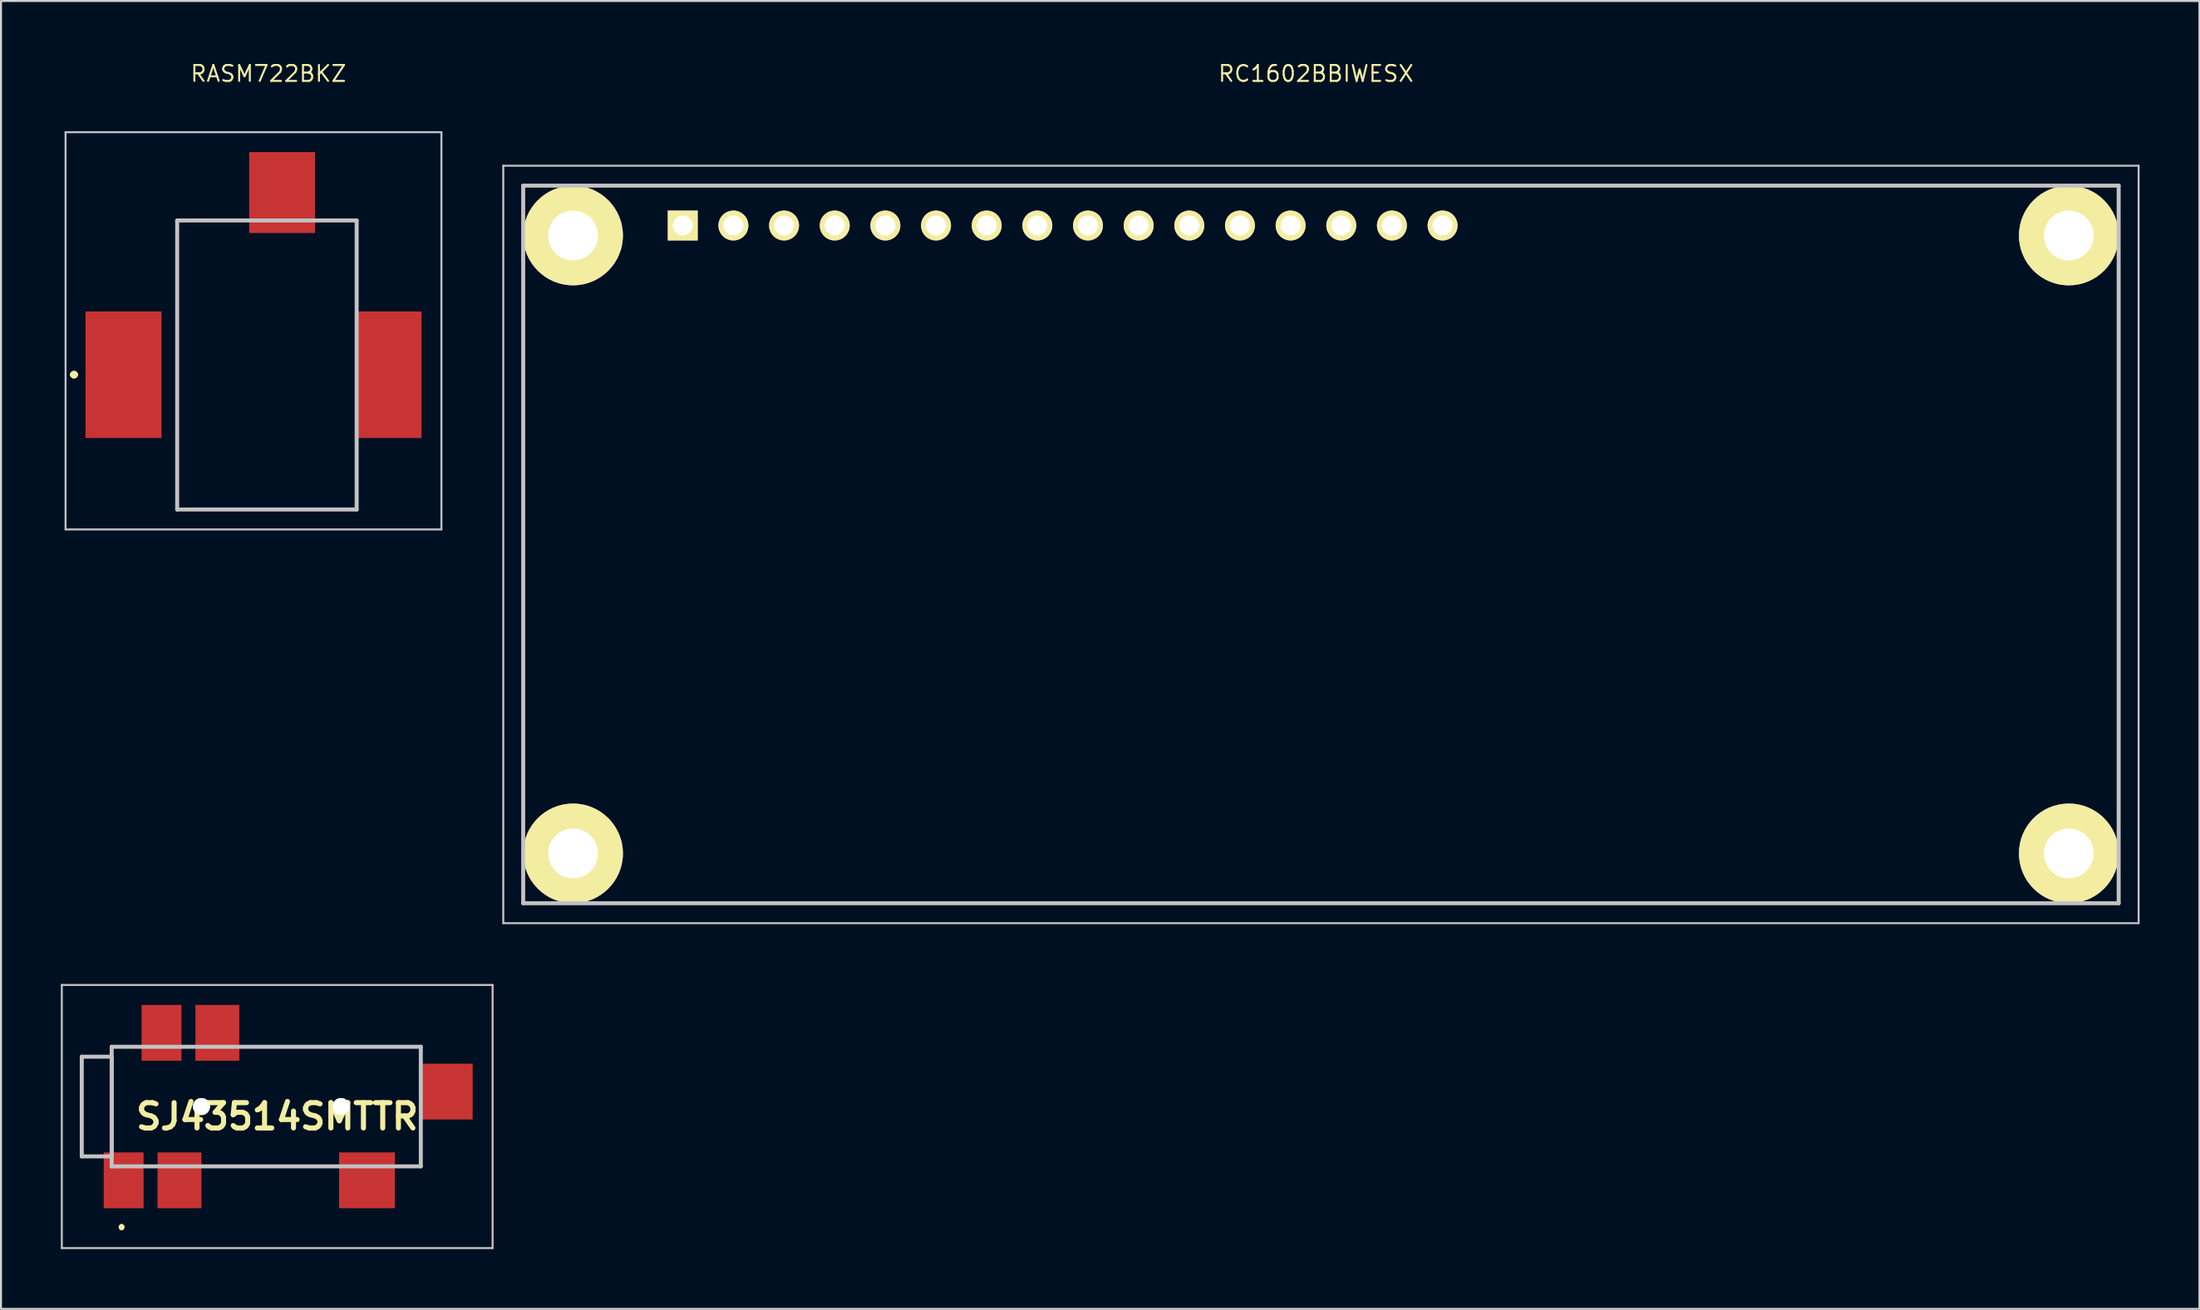
<source format=kicad_pcb>
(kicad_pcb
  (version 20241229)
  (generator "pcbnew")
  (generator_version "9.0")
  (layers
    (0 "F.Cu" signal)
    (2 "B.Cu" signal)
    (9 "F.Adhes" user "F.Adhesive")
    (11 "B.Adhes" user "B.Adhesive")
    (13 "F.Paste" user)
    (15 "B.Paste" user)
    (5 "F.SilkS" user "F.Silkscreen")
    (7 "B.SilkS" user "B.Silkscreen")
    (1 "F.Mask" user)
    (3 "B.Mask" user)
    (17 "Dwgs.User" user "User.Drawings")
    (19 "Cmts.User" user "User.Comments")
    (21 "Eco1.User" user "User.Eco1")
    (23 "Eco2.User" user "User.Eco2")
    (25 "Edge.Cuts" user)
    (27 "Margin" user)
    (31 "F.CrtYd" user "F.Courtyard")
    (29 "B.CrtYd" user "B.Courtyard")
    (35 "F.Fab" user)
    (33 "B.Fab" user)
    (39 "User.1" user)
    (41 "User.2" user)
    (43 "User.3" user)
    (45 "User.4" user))
  (footprint "RC1602BBIWESX"
    (layer "F.Cu")
    (at 31.184 8.264)
    (property "Reference" "RC1602BBIWESX" (at 31.75 -7.62 0) (layer "F.SilkS") (effects (font (size 0.8 0.8) (thickness 0.1))))
    (attr through_hole)
    (fp_line (start -8 3) (end -8 29) (stroke (width 0.1) (type solid)) (layer "F.SilkS"))
    (fp_line (start -3 34) (end 67 34) (stroke (width 0.1) (type solid)) (layer "F.SilkS"))
    (fp_line (start 67 -2) (end -3 -2) (stroke (width 0.1) (type solid)) (layer "F.SilkS"))
    (fp_line (start 72 29) (end 72 3) (stroke (width 0.1) (type solid)) (layer "F.SilkS"))
    (fp_line (start -9 -3) (end 73 -3) (stroke (width 0.1) (type solid)) (layer "Dwgs.User"))
    (fp_line (start -9 35) (end -9 -3) (stroke (width 0.1) (type solid)) (layer "Dwgs.User"))
    (fp_line (start -8 -2) (end 72 -2) (stroke (width 0.2) (type solid)) (layer "Dwgs.User"))
    (fp_line (start -8 34) (end -8 -2) (stroke (width 0.2) (type solid)) (layer "Dwgs.User"))
    (fp_line (start 72 -2) (end 72 34) (stroke (width 0.2) (type solid)) (layer "Dwgs.User"))
    (fp_line (start 72 34) (end -8 34) (stroke (width 0.2) (type solid)) (layer "Dwgs.User"))
    (fp_line (start 73 -3) (end 73 35) (stroke (width 0.1) (type solid)) (layer "Dwgs.User"))
    (fp_line (start 73 35) (end -9 35) (stroke (width 0.1) (type solid)) (layer "Dwgs.User"))
    (pad "1" thru_hole rect (at 0 0 90) (size 1.5 1.5) (drill 1) (layers "*.Cu" "*.Mask" "F.SilkS"))
    (pad "2" thru_hole circle (at 2.54 0 90) (size 1.5 1.5) (drill 1) (layers "*.Cu" "*.Mask" "F.SilkS"))
    (pad "3" thru_hole circle (at 5.08 0 90) (size 1.5 1.5) (drill 1) (layers "*.Cu" "*.Mask" "F.SilkS"))
    (pad "4" thru_hole circle (at 7.62 0 90) (size 1.5 1.5) (drill 1) (layers "*.Cu" "*.Mask" "F.SilkS"))
    (pad "5" thru_hole circle (at 10.16 0 90) (size 1.5 1.5) (drill 1) (layers "*.Cu" "*.Mask" "F.SilkS"))
    (pad "6" thru_hole circle (at 12.7 0 90) (size 1.5 1.5) (drill 1) (layers "*.Cu" "*.Mask" "F.SilkS"))
    (pad "7" thru_hole circle (at 15.24 0 90) (size 1.5 1.5) (drill 1) (layers "*.Cu" "*.Mask" "F.SilkS"))
    (pad "8" thru_hole circle (at 17.78 0 90) (size 1.5 1.5) (drill 1) (layers "*.Cu" "*.Mask" "F.SilkS"))
    (pad "9" thru_hole circle (at 20.32 0 90) (size 1.5 1.5) (drill 1) (layers "*.Cu" "*.Mask" "F.SilkS"))
    (pad "10" thru_hole circle (at 22.86 0 90) (size 1.5 1.5) (drill 1) (layers "*.Cu" "*.Mask" "F.SilkS"))
    (pad "11" thru_hole circle (at 25.4 0 90) (size 1.5 1.5) (drill 1) (layers "*.Cu" "*.Mask" "F.SilkS"))
    (pad "12" thru_hole circle (at 27.94 0 90) (size 1.5 1.5) (drill 1) (layers "*.Cu" "*.Mask" "F.SilkS"))
    (pad "13" thru_hole circle (at 30.48 0 90) (size 1.5 1.5) (drill 1) (layers "*.Cu" "*.Mask" "F.SilkS"))
    (pad "14" thru_hole circle (at 33.02 0 90) (size 1.5 1.5) (drill 1) (layers "*.Cu" "*.Mask" "F.SilkS"))
    (pad "15" thru_hole circle (at 35.56 0 90) (size 1.5 1.5) (drill 1) (layers "*.Cu" "*.Mask" "F.SilkS"))
    (pad "16" thru_hole circle (at 38.1 0 90) (size 1.5 1.5) (drill 1) (layers "*.Cu" "*.Mask" "F.SilkS"))
    (pad "MH1" thru_hole circle (at -5.5 0.5 90) (size 5 5) (drill 2.5) (layers "*.Cu" "*.Mask" "F.SilkS"))
    (pad "MH2" thru_hole circle (at 69.5 0.5 90) (size 5 5) (drill 2.5) (layers "*.Cu" "*.Mask" "F.SilkS"))
    (pad "MH3" thru_hole circle (at 69.5 31.5 90) (size 5 5) (drill 2.5) (layers "*.Cu" "*.Mask" "F.SilkS"))
    (pad "MH4" thru_hole circle (at -5.5 31.5 90) (size 5 5) (drill 2.5) (layers "*.Cu" "*.Mask" "F.SilkS")))
  (footprint "RASM722BKZ"
    (layer "F.Cu")
    (at 0.25 23.503)
    (property "Reference" "RASM722BKZ" (at 10.16 -22.86 0) (layer "F.SilkS") (effects (font (size 0.8 0.8) (thickness 0.1))))
    (attr smd)
    (fp_line (start 0.311 -7.757) (end 0.311 -7.757) (stroke (width 0.2) (type solid)) (layer "F.SilkS"))
    (fp_line (start 0.511 -7.757) (end 0.511 -7.757) (stroke (width 0.2) (type solid)) (layer "F.SilkS"))
    (fp_line (start 5.584 -15.492) (end 8.084 -15.492) (stroke (width 0.1) (type solid)) (layer "F.SilkS"))
    (fp_line (start 5.584 -0.992) (end 5.584 -15.492) (stroke (width 0.1) (type solid)) (layer "F.SilkS"))
    (fp_line (start 13.084 -15.492) (end 14.584 -15.492) (stroke (width 0.1) (type solid)) (layer "F.SilkS"))
    (fp_line (start 14.584 -15.492) (end 14.584 -11.492) (stroke (width 0.1) (type solid)) (layer "F.SilkS"))
    (fp_line (start 14.584 -3.492) (end 14.584 -0.992) (stroke (width 0.1) (type solid)) (layer "F.SilkS"))
    (fp_line (start 14.584 -0.992) (end 5.584 -0.992) (stroke (width 0.1) (type solid)) (layer "F.SilkS"))
    (fp_arc (start 0.3107 -7.7568) (mid 0.4107 -7.8568) (end 0.5107 -7.7568) (stroke (width 0.2) (type solid)) (layer "F.SilkS"))
    (fp_arc (start 0.5107 -7.7568) (mid 0.4107 -7.6568) (end 0.3107 -7.7568) (stroke (width 0.2) (type solid)) (layer "F.SilkS"))
    (fp_line (start -0.012 -19.922) (end 18.834 -19.922) (stroke (width 0.1) (type solid)) (layer "Dwgs.User"))
    (fp_line (start -0.012 0.008) (end -0.012 -19.922) (stroke (width 0.1) (type solid)) (layer "Dwgs.User"))
    (fp_line (start 5.584 -15.492) (end 14.584 -15.492) (stroke (width 0.2) (type solid)) (layer "Dwgs.User"))
    (fp_line (start 5.584 -0.992) (end 5.584 -15.492) (stroke (width 0.2) (type solid)) (layer "Dwgs.User"))
    (fp_line (start 14.584 -15.492) (end 14.584 -0.992) (stroke (width 0.2) (type solid)) (layer "Dwgs.User"))
    (fp_line (start 14.584 -0.992) (end 5.584 -0.992) (stroke (width 0.2) (type solid)) (layer "Dwgs.User"))
    (fp_line (start 18.834 -19.922) (end 18.834 0.008) (stroke (width 0.1) (type solid)) (layer "Dwgs.User"))
    (fp_line (start 18.834 0.008) (end -0.012 0.008) (stroke (width 0.1) (type solid)) (layer "Dwgs.User"))
    (pad "1" smd rect (at 2.893 -7.752) (size 3.81 6.35) (layers "F.Cu" "F.Mask" "F.Paste"))
    (pad "2" smd rect (at 16.184 -7.752) (size 3.3 6.35) (layers "F.Cu" "F.Mask" "F.Paste"))
    (pad "3" smd rect (at 10.844 -16.892) (size 3.3 4.06) (layers "F.Cu" "F.Mask" "F.Paste")))
  (footprint "SJ43514SMTTR"
    (layer "F.Cu")
    (at 10.3 52.464)
    (property "Reference" "SJ43514SMTTR" (at 0.55 0.5 0) (layer "F.SilkS") (effects (font (size 1.27 1.27) (thickness 0.254))))
    (attr through_hole)
    (fp_line (start -9.25 -2.5) (end -9.25 -2.5) (stroke (width 0.1) (type solid)) (layer "F.SilkS"))
    (fp_line (start -9.25 -2.5) (end -9.25 -2.5) (stroke (width 0.1) (type solid)) (layer "F.SilkS"))
    (fp_line (start -9.25 -2.5) (end -9.25 2.5) (stroke (width 0.1) (type solid)) (layer "F.SilkS"))
    (fp_line (start -9.25 -2.5) (end -7.75 -2.5) (stroke (width 0.1) (type solid)) (layer "F.SilkS"))
    (fp_line (start -9.25 2.5) (end -9.25 -2.5) (stroke (width 0.1) (type solid)) (layer "F.SilkS"))
    (fp_line (start -9.25 2.5) (end -9.25 2.5) (stroke (width 0.1) (type solid)) (layer "F.SilkS"))
    (fp_line (start -9.25 2.5) (end -9.25 2.5) (stroke (width 0.1) (type solid)) (layer "F.SilkS"))
    (fp_line (start -9.25 2.5) (end -8.75 2.5) (stroke (width 0.1) (type solid)) (layer "F.SilkS"))
    (fp_line (start -8.75 2.5) (end -9.25 2.5) (stroke (width 0.1) (type solid)) (layer "F.SilkS"))
    (fp_line (start -8.75 2.5) (end -8.75 2.5) (stroke (width 0.1) (type solid)) (layer "F.SilkS"))
    (fp_line (start -7.75 -3) (end -7.75 -3) (stroke (width 0.1) (type solid)) (layer "F.SilkS"))
    (fp_line (start -7.75 -3) (end -7.75 -3) (stroke (width 0.1) (type solid)) (layer "F.SilkS"))
    (fp_line (start -7.75 -3) (end -7.75 1.75) (stroke (width 0.1) (type solid)) (layer "F.SilkS"))
    (fp_line (start -7.75 -3) (end -7 -3) (stroke (width 0.1) (type solid)) (layer "F.SilkS"))
    (fp_line (start -7.75 -2.5) (end -9.25 -2.5) (stroke (width 0.1) (type solid)) (layer "F.SilkS"))
    (fp_line (start -7.75 -2.5) (end -7.75 -2.5) (stroke (width 0.1) (type solid)) (layer "F.SilkS"))
    (fp_line (start -7.75 1.75) (end -7.75 -3) (stroke (width 0.1) (type solid)) (layer "F.SilkS"))
    (fp_line (start -7.75 1.75) (end -7.75 1.75) (stroke (width 0.1) (type solid)) (layer "F.SilkS"))
    (fp_line (start -7.25 6) (end -7.25 6) (stroke (width 0.2) (type solid)) (layer "F.SilkS"))
    (fp_line (start -7.25 6) (end -7.25 6) (stroke (width 0.2) (type solid)) (layer "F.SilkS"))
    (fp_line (start -7.25 6.1) (end -7.25 6.1) (stroke (width 0.2) (type solid)) (layer "F.SilkS"))
    (fp_line (start -7 -3) (end -7.75 -3) (stroke (width 0.1) (type solid)) (layer "F.SilkS"))
    (fp_line (start -7 -3) (end -7 -3) (stroke (width 0.1) (type solid)) (layer "F.SilkS"))
    (fp_line (start -2.75 3) (end -2.75 3) (stroke (width 0.1) (type solid)) (layer "F.SilkS"))
    (fp_line (start -2.75 3) (end 3 3) (stroke (width 0.1) (type solid)) (layer "F.SilkS"))
    (fp_line (start -0.75 -3) (end -0.75 -3) (stroke (width 0.1) (type solid)) (layer "F.SilkS"))
    (fp_line (start -0.75 -3) (end 7.75 -3) (stroke (width 0.1) (type solid)) (layer "F.SilkS"))
    (fp_line (start 3 3) (end -2.75 3) (stroke (width 0.1) (type solid)) (layer "F.SilkS"))
    (fp_line (start 3 3) (end 3 3) (stroke (width 0.1) (type solid)) (layer "F.SilkS"))
    (fp_line (start 7 3) (end 7 3) (stroke (width 0.1) (type solid)) (layer "F.SilkS"))
    (fp_line (start 7 3) (end 7.75 3) (stroke (width 0.1) (type solid)) (layer "F.SilkS"))
    (fp_line (start 7.75 -3) (end -0.75 -3) (stroke (width 0.1) (type solid)) (layer "F.SilkS"))
    (fp_line (start 7.75 -3) (end 7.75 -3) (stroke (width 0.1) (type solid)) (layer "F.SilkS"))
    (fp_line (start 7.75 -3) (end 7.75 -3) (stroke (width 0.1) (type solid)) (layer "F.SilkS"))
    (fp_line (start 7.75 -3) (end 7.75 -2.75) (stroke (width 0.1) (type solid)) (layer "F.SilkS"))
    (fp_line (start 7.75 -2.75) (end 7.75 -3) (stroke (width 0.1) (type solid)) (layer "F.SilkS"))
    (fp_line (start 7.75 -2.75) (end 7.75 -2.75) (stroke (width 0.1) (type solid)) (layer "F.SilkS"))
    (fp_line (start 7.75 1.25) (end 7.75 1.25) (stroke (width 0.1) (type solid)) (layer "F.SilkS"))
    (fp_line (start 7.75 1.25) (end 7.75 3) (stroke (width 0.1) (type solid)) (layer "F.SilkS"))
    (fp_line (start 7.75 3) (end 7 3) (stroke (width 0.1) (type solid)) (layer "F.SilkS"))
    (fp_line (start 7.75 3) (end 7.75 1.25) (stroke (width 0.1) (type solid)) (layer "F.SilkS"))
    (fp_line (start 7.75 3) (end 7.75 3) (stroke (width 0.1) (type solid)) (layer "F.SilkS"))
    (fp_line (start 7.75 3) (end 7.75 3) (stroke (width 0.1) (type solid)) (layer "F.SilkS"))
    (fp_arc (start -7.25 6) (mid -7.2 6.05) (end -7.25 6.1) (stroke (width 0.2) (type solid)) (layer "F.SilkS"))
    (fp_arc (start -7.25 6.1) (mid -7.3 6.05) (end -7.25 6) (stroke (width 0.2) (type solid)) (layer "F.SilkS"))
    (fp_arc (start -7.25 6.1) (mid -7.3 6.05) (end -7.25 6) (stroke (width 0.2) (type solid)) (layer "F.SilkS"))
    (fp_line (start -10.25 -6.1) (end 11.35 -6.1) (stroke (width 0.1) (type solid)) (layer "Dwgs.User"))
    (fp_line (start -10.25 7.1) (end -10.25 -6.1) (stroke (width 0.1) (type solid)) (layer "Dwgs.User"))
    (fp_line (start -9.25 -2.5) (end -7.75 -2.5) (stroke (width 0.2) (type solid)) (layer "Dwgs.User"))
    (fp_line (start -9.25 2.5) (end -9.25 -2.5) (stroke (width 0.2) (type solid)) (layer "Dwgs.User"))
    (fp_line (start -7.75 -3) (end -7.75 3) (stroke (width 0.2) (type solid)) (layer "Dwgs.User"))
    (fp_line (start -7.75 -2.5) (end -7.75 2.5) (stroke (width 0.2) (type solid)) (layer "Dwgs.User"))
    (fp_line (start -7.75 2.5) (end -9.25 2.5) (stroke (width 0.2) (type solid)) (layer "Dwgs.User"))
    (fp_line (start -7.75 3) (end 7.75 3) (stroke (width 0.2) (type solid)) (layer "Dwgs.User"))
    (fp_line (start 7.75 -3) (end -7.75 -3) (stroke (width 0.2) (type solid)) (layer "Dwgs.User"))
    (fp_line (start 7.75 3) (end 7.75 -3) (stroke (width 0.2) (type solid)) (layer "Dwgs.User"))
    (fp_line (start 11.35 -6.1) (end 11.35 7.1) (stroke (width 0.1) (type solid)) (layer "Dwgs.User"))
    (fp_line (start 11.35 7.1) (end -10.25 7.1) (stroke (width 0.1) (type solid)) (layer "Dwgs.User"))
    (pad "1" smd rect (at -7.15 3.7) (size 2 2.8) (layers "F.Cu" "F.Mask" "F.Paste"))
    (pad "2" smd rect (at 5.05 3.7 90) (size 2.8 2.8) (layers "F.Cu" "F.Mask" "F.Paste"))
    (pad "3" smd rect (at -2.45 -3.7) (size 2.2 2.8) (layers "F.Cu" "F.Mask" "F.Paste"))
    (pad "4" smd rect (at -4.35 3.7) (size 2.2 2.8) (layers "F.Cu" "F.Mask" "F.Paste"))
    (pad "5" smd rect (at 9.05 -0.75) (size 2.6 2.8) (layers "F.Cu" "F.Mask" "F.Paste"))
    (pad "6" smd rect (at -5.25 -3.7) (size 2 2.8) (layers "F.Cu" "F.Mask" "F.Paste"))
    (pad "MH1" thru_hole circle (at -3.25 0 90) (size 0.85 0.85) (drill 1.7) (layers "*.Cu" "*.Mask" "F.SilkS"))
    (pad "MH2" thru_hole circle (at 3.75 0 90) (size 0.85 0.85) (drill 1.7) (layers "*.Cu" "*.Mask" "F.SilkS")))
  (gr_rect
    (start -3 -3)
    (end 107.234 62.614)
    (stroke (width 0.1) (type default))
    (fill no)
    (layer "Edge.Cuts")))
</source>
